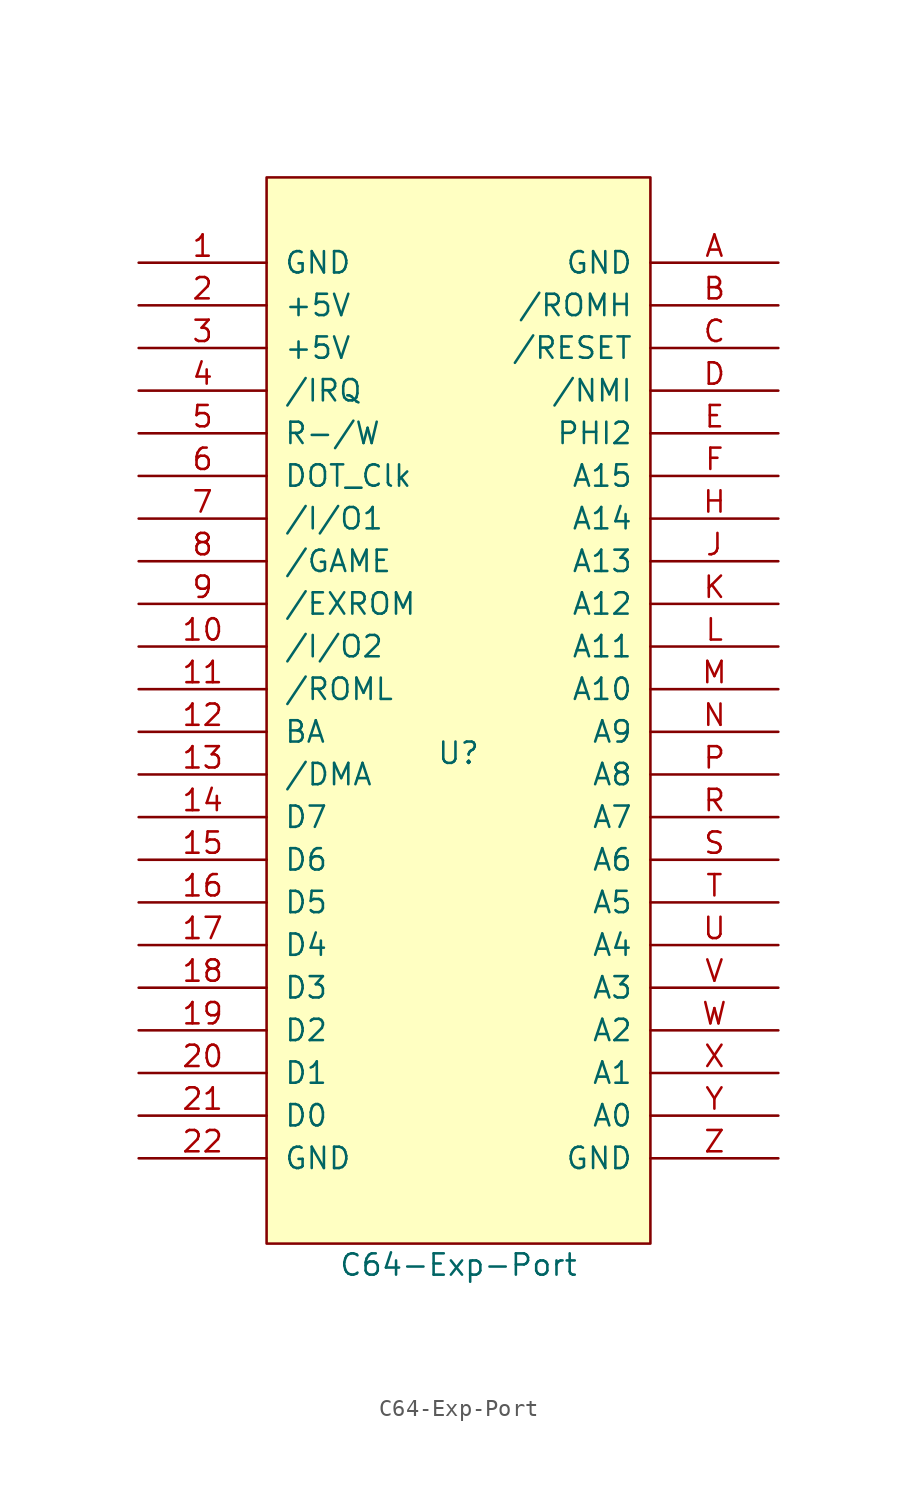
<source format=kicad_sym>
(kicad_symbol_lib
  (version 20211014)
  (generator kicad_symbol_editor)
  (symbol "C64-Exp-Port"
    (pin_names
      (offset 1.016))
    (property "Reference" "U"
      (at 0 -2.54 0)
      (effects (font (size 1.27 1.27))))
    (property "Value" "C64-Exp-Port"
      (at 0 -33.02 0)
      (effects (font (size 1.27 1.27))))
    (symbol "C64-Exp-Port_1_0"
      (rectangle (start -11.43 -31.75) (end 11.43 31.75) (stroke (width 0) (type default) (color 0 0 0 0)) (fill (type background))))
    (symbol "C64-Exp-Port_1_1"
      (pin power_in line (at -19.05 26.67 0) (length 7.62) (name "GND" (effects (font (size 1.27 1.27)))) (number "1" (effects (font (size 1.27 1.27)))))
      (pin passive line (at -19.05 3.81 0) (length 7.62) (name "/I/O2" (effects (font (size 1.27 1.27)))) (number "10" (effects (font (size 1.27 1.27)))))
      (pin passive line (at -19.05 1.27 0) (length 7.62) (name "/ROML" (effects (font (size 1.27 1.27)))) (number "11" (effects (font (size 1.27 1.27)))))
      (pin passive line (at -19.05 -1.27 0) (length 7.62) (name "BA" (effects (font (size 1.27 1.27)))) (number "12" (effects (font (size 1.27 1.27)))))
      (pin passive line (at -19.05 -3.81 0) (length 7.62) (name "/DMA" (effects (font (size 1.27 1.27)))) (number "13" (effects (font (size 1.27 1.27)))))
      (pin passive line (at -19.05 -6.35 0) (length 7.62) (name "D7" (effects (font (size 1.27 1.27)))) (number "14" (effects (font (size 1.27 1.27)))))
      (pin passive line (at -19.05 -8.89 0) (length 7.62) (name "D6" (effects (font (size 1.27 1.27)))) (number "15" (effects (font (size 1.27 1.27)))))
      (pin passive line (at -19.05 -11.43 0) (length 7.62) (name "D5" (effects (font (size 1.27 1.27)))) (number "16" (effects (font (size 1.27 1.27)))))
      (pin passive line (at -19.05 -13.97 0) (length 7.62) (name "D4" (effects (font (size 1.27 1.27)))) (number "17" (effects (font (size 1.27 1.27)))))
      (pin passive line (at -19.05 -16.51 0) (length 7.62) (name "D3" (effects (font (size 1.27 1.27)))) (number "18" (effects (font (size 1.27 1.27)))))
      (pin passive line (at -19.05 -19.05 0) (length 7.62) (name "D2" (effects (font (size 1.27 1.27)))) (number "19" (effects (font (size 1.27 1.27)))))
      (pin power_in line (at -19.05 24.13 0) (length 7.62) (name "+5V" (effects (font (size 1.27 1.27)))) (number "2" (effects (font (size 1.27 1.27)))))
      (pin passive line (at -19.05 -21.59 0) (length 7.62) (name "D1" (effects (font (size 1.27 1.27)))) (number "20" (effects (font (size 1.27 1.27)))))
      (pin passive line (at -19.05 -24.13 0) (length 7.62) (name "D0" (effects (font (size 1.27 1.27)))) (number "21" (effects (font (size 1.27 1.27)))))
      (pin power_in line (at -19.05 -26.67 0) (length 7.62) (name "GND" (effects (font (size 1.27 1.27)))) (number "22" (effects (font (size 1.27 1.27)))))
      (pin power_in line (at -19.05 21.59 0) (length 7.62) (name "+5V" (effects (font (size 1.27 1.27)))) (number "3" (effects (font (size 1.27 1.27)))))
      (pin passive line (at -19.05 19.05 0) (length 7.62) (name "/IRQ" (effects (font (size 1.27 1.27)))) (number "4" (effects (font (size 1.27 1.27)))))
      (pin passive line (at -19.05 16.51 0) (length 7.62) (name "R-/W" (effects (font (size 1.27 1.27)))) (number "5" (effects (font (size 1.27 1.27)))))
      (pin passive line (at -19.05 13.97 0) (length 7.62) (name "DOT_Clk" (effects (font (size 1.27 1.27)))) (number "6" (effects (font (size 1.27 1.27)))))
      (pin passive line (at -19.05 11.43 0) (length 7.62) (name "/I/O1" (effects (font (size 1.27 1.27)))) (number "7" (effects (font (size 1.27 1.27)))))
      (pin passive line (at -19.05 8.89 0) (length 7.62) (name "/GAME" (effects (font (size 1.27 1.27)))) (number "8" (effects (font (size 1.27 1.27)))))
      (pin passive line (at -19.05 6.35 0) (length 7.62) (name "/EXROM" (effects (font (size 1.27 1.27)))) (number "9" (effects (font (size 1.27 1.27)))))
      (pin power_in line (at 19.05 26.67 180) (length 7.62) (name "GND" (effects (font (size 1.27 1.27)))) (number "A" (effects (font (size 1.27 1.27)))))
      (pin passive line (at 19.05 24.13 180) (length 7.62) (name "/ROMH" (effects (font (size 1.27 1.27)))) (number "B" (effects (font (size 1.27 1.27)))))
      (pin passive line (at 19.05 21.59 180) (length 7.62) (name "/RESET" (effects (font (size 1.27 1.27)))) (number "C" (effects (font (size 1.27 1.27)))))
      (pin passive line (at 19.05 19.05 180) (length 7.62) (name "/NMI" (effects (font (size 1.27 1.27)))) (number "D" (effects (font (size 1.27 1.27)))))
      (pin passive line (at 19.05 16.51 180) (length 7.62) (name "PHI2" (effects (font (size 1.27 1.27)))) (number "E" (effects (font (size 1.27 1.27)))))
      (pin passive line (at 19.05 13.97 180) (length 7.62) (name "A15" (effects (font (size 1.27 1.27)))) (number "F" (effects (font (size 1.27 1.27)))))
      (pin passive line (at 19.05 11.43 180) (length 7.62) (name "A14" (effects (font (size 1.27 1.27)))) (number "H" (effects (font (size 1.27 1.27)))))
      (pin passive line (at 19.05 8.89 180) (length 7.62) (name "A13" (effects (font (size 1.27 1.27)))) (number "J" (effects (font (size 1.27 1.27)))))
      (pin passive line (at 19.05 6.35 180) (length 7.62) (name "A12" (effects (font (size 1.27 1.27)))) (number "K" (effects (font (size 1.27 1.27)))))
      (pin passive line (at 19.05 3.81 180) (length 7.62) (name "A11" (effects (font (size 1.27 1.27)))) (number "L" (effects (font (size 1.27 1.27)))))
      (pin passive line (at 19.05 1.27 180) (length 7.62) (name "A10" (effects (font (size 1.27 1.27)))) (number "M" (effects (font (size 1.27 1.27)))))
      (pin passive line (at 19.05 -1.27 180) (length 7.62) (name "A9" (effects (font (size 1.27 1.27)))) (number "N" (effects (font (size 1.27 1.27)))))
      (pin passive line (at 19.05 -3.81 180) (length 7.62) (name "A8" (effects (font (size 1.27 1.27)))) (number "P" (effects (font (size 1.27 1.27)))))
      (pin passive line (at 19.05 -6.35 180) (length 7.62) (name "A7" (effects (font (size 1.27 1.27)))) (number "R" (effects (font (size 1.27 1.27)))))
      (pin passive line (at 19.05 -8.89 180) (length 7.62) (name "A6" (effects (font (size 1.27 1.27)))) (number "S" (effects (font (size 1.27 1.27)))))
      (pin passive line (at 19.05 -11.43 180) (length 7.62) (name "A5" (effects (font (size 1.27 1.27)))) (number "T" (effects (font (size 1.27 1.27)))))
      (pin passive line (at 19.05 -13.97 180) (length 7.62) (name "A4" (effects (font (size 1.27 1.27)))) (number "U" (effects (font (size 1.27 1.27)))))
      (pin passive line (at 19.05 -16.51 180) (length 7.62) (name "A3" (effects (font (size 1.27 1.27)))) (number "V" (effects (font (size 1.27 1.27)))))
      (pin passive line (at 19.05 -19.05 180) (length 7.62) (name "A2" (effects (font (size 1.27 1.27)))) (number "W" (effects (font (size 1.27 1.27)))))
      (pin passive line (at 19.05 -21.59 180) (length 7.62) (name "A1" (effects (font (size 1.27 1.27)))) (number "X" (effects (font (size 1.27 1.27)))))
      (pin passive line (at 19.05 -24.13 180) (length 7.62) (name "A0" (effects (font (size 1.27 1.27)))) (number "Y" (effects (font (size 1.27 1.27)))))
      (pin power_in line (at 19.05 -26.67 180) (length 7.62) (name "GND" (effects (font (size 1.27 1.27)))) (number "Z" (effects (font (size 1.27 1.27))))))))
</source>
